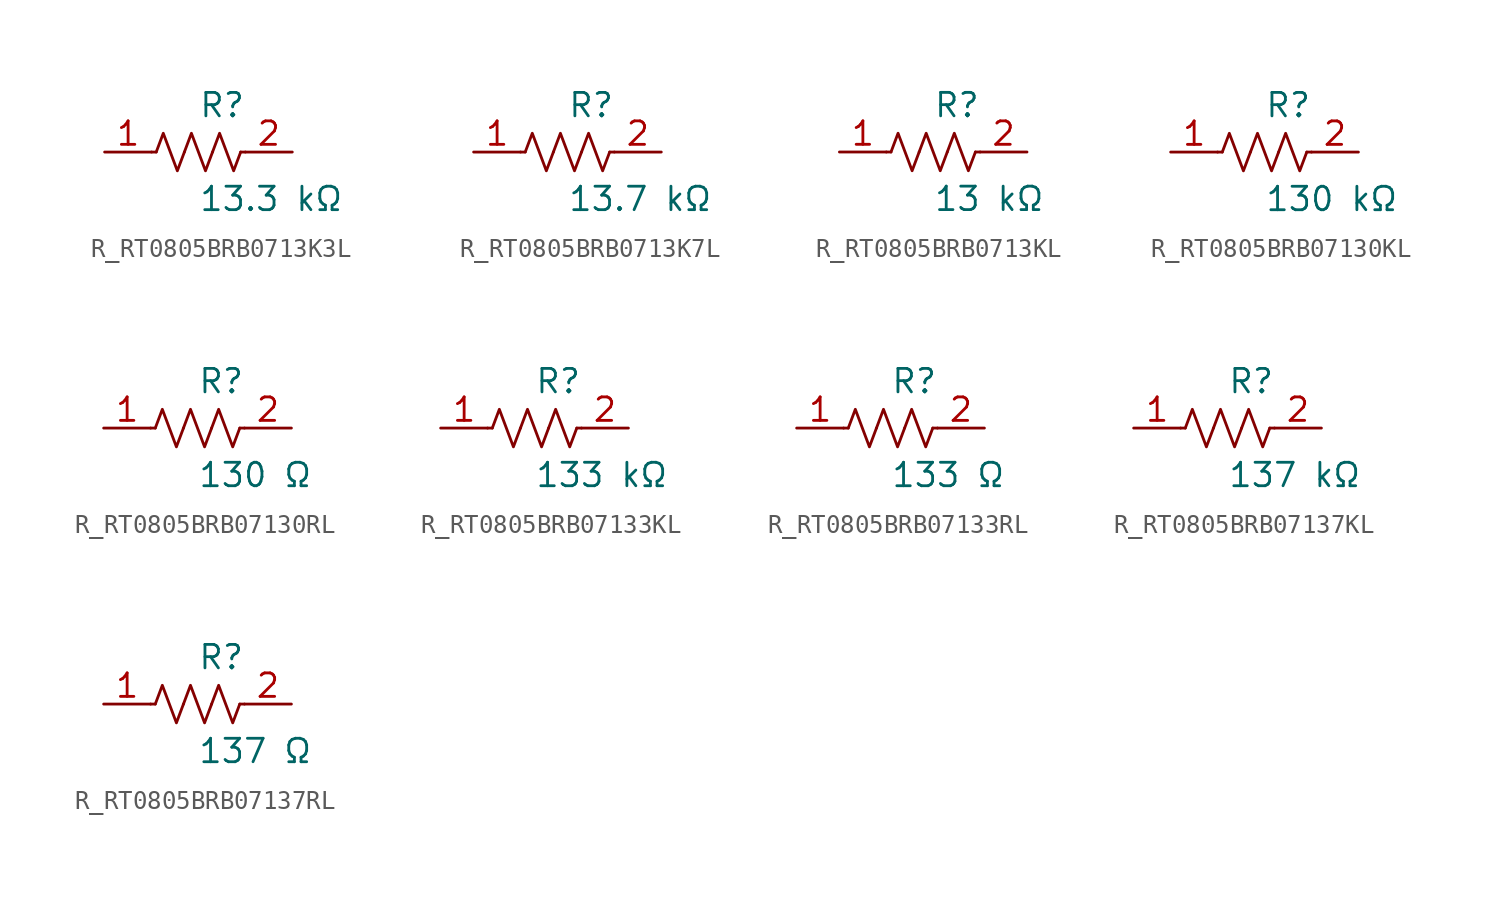
<source format=kicad_sym>
(kicad_symbol_lib
  (version 20231120)
  (generator kicad_symbol_editor)
  (generator_version 8.0)
  (symbol "R_RT0805BRB0713K3L"
    (pin_names
      (offset 0.254))
    (property "Reference" "R"
      (at 0 2.54 0)
      (effects (font (size 1.27 1.27)) (justify left)))
    (property "Value" "13.3 kΩ"
      (at 0 -2.54 0)
      (effects (font (size 1.27 1.27)) (justify left)))
    (symbol "R_RT0805BRB0713K3L_0_1"
      (polyline (pts (xy 2.286 0) (xy 2.54 0)) (stroke (width 0) (type default)) (fill (type none)))
      (polyline (pts (xy -2.286 0) (xy -2.54 0)) (stroke (width 0) (type default)) (fill (type none)))
      (polyline (pts (xy 0.762 0) (xy 1.143 1.016) (xy 1.524 0) (xy 1.905 -1.016) (xy 2.286 0)) (stroke (width 0) (type default)) (fill (type none)))
      (polyline (pts (xy -0.762 0) (xy -0.381 1.016) (xy 0 0) (xy 0.381 -1.016) (xy 0.762 0)) (stroke (width 0) (type default)) (fill (type none)))
      (polyline (pts (xy -2.286 0) (xy -1.905 1.016) (xy -1.524 0) (xy -1.143 -1.016) (xy -0.762 0)) (stroke (width 0) (type default)) (fill (type none))))
    (pin unspecified line
      (at -5.08 0 0)
      (length 2.54)
      (name "" (effects (font (size 1.27 1.27))))
      (number "1" (effects (font (size 1.27 1.27)))))
    (pin unspecified line
      (at 5.08 0 180)
      (length 2.54)
      (name "" (effects (font (size 1.27 1.27))))
      (number "2" (effects (font (size 1.27 1.27))))))
  (symbol "R_RT0805BRB0713K7L"
    (pin_names
      (offset 0.254))
    (property "Reference" "R"
      (at 0 2.54 0)
      (effects (font (size 1.27 1.27)) (justify left)))
    (property "Value" "13.7 kΩ"
      (at 0 -2.54 0)
      (effects (font (size 1.27 1.27)) (justify left)))
    (symbol "R_RT0805BRB0713K7L_0_1"
      (polyline (pts (xy 2.286 0) (xy 2.54 0)) (stroke (width 0) (type default)) (fill (type none)))
      (polyline (pts (xy -2.286 0) (xy -2.54 0)) (stroke (width 0) (type default)) (fill (type none)))
      (polyline (pts (xy 0.762 0) (xy 1.143 1.016) (xy 1.524 0) (xy 1.905 -1.016) (xy 2.286 0)) (stroke (width 0) (type default)) (fill (type none)))
      (polyline (pts (xy -0.762 0) (xy -0.381 1.016) (xy 0 0) (xy 0.381 -1.016) (xy 0.762 0)) (stroke (width 0) (type default)) (fill (type none)))
      (polyline (pts (xy -2.286 0) (xy -1.905 1.016) (xy -1.524 0) (xy -1.143 -1.016) (xy -0.762 0)) (stroke (width 0) (type default)) (fill (type none))))
    (pin unspecified line
      (at -5.08 0 0)
      (length 2.54)
      (name "" (effects (font (size 1.27 1.27))))
      (number "1" (effects (font (size 1.27 1.27)))))
    (pin unspecified line
      (at 5.08 0 180)
      (length 2.54)
      (name "" (effects (font (size 1.27 1.27))))
      (number "2" (effects (font (size 1.27 1.27))))))
  (symbol "R_RT0805BRB0713KL"
    (pin_names
      (offset 0.254))
    (property "Reference" "R"
      (at 0 2.54 0)
      (effects (font (size 1.27 1.27)) (justify left)))
    (property "Value" "13 kΩ"
      (at 0 -2.54 0)
      (effects (font (size 1.27 1.27)) (justify left)))
    (symbol "R_RT0805BRB0713KL_0_1"
      (polyline (pts (xy 2.286 0) (xy 2.54 0)) (stroke (width 0) (type default)) (fill (type none)))
      (polyline (pts (xy -2.286 0) (xy -2.54 0)) (stroke (width 0) (type default)) (fill (type none)))
      (polyline (pts (xy 0.762 0) (xy 1.143 1.016) (xy 1.524 0) (xy 1.905 -1.016) (xy 2.286 0)) (stroke (width 0) (type default)) (fill (type none)))
      (polyline (pts (xy -0.762 0) (xy -0.381 1.016) (xy 0 0) (xy 0.381 -1.016) (xy 0.762 0)) (stroke (width 0) (type default)) (fill (type none)))
      (polyline (pts (xy -2.286 0) (xy -1.905 1.016) (xy -1.524 0) (xy -1.143 -1.016) (xy -0.762 0)) (stroke (width 0) (type default)) (fill (type none))))
    (pin unspecified line
      (at -5.08 0 0)
      (length 2.54)
      (name "" (effects (font (size 1.27 1.27))))
      (number "1" (effects (font (size 1.27 1.27)))))
    (pin unspecified line
      (at 5.08 0 180)
      (length 2.54)
      (name "" (effects (font (size 1.27 1.27))))
      (number "2" (effects (font (size 1.27 1.27))))))
  (symbol "R_RT0805BRB07130KL"
    (pin_names
      (offset 0.254))
    (property "Reference" "R"
      (at 0 2.54 0)
      (effects (font (size 1.27 1.27)) (justify left)))
    (property "Value" "130 kΩ"
      (at 0 -2.54 0)
      (effects (font (size 1.27 1.27)) (justify left)))
    (symbol "R_RT0805BRB07130KL_0_1"
      (polyline (pts (xy 2.286 0) (xy 2.54 0)) (stroke (width 0) (type default)) (fill (type none)))
      (polyline (pts (xy -2.286 0) (xy -2.54 0)) (stroke (width 0) (type default)) (fill (type none)))
      (polyline (pts (xy 0.762 0) (xy 1.143 1.016) (xy 1.524 0) (xy 1.905 -1.016) (xy 2.286 0)) (stroke (width 0) (type default)) (fill (type none)))
      (polyline (pts (xy -0.762 0) (xy -0.381 1.016) (xy 0 0) (xy 0.381 -1.016) (xy 0.762 0)) (stroke (width 0) (type default)) (fill (type none)))
      (polyline (pts (xy -2.286 0) (xy -1.905 1.016) (xy -1.524 0) (xy -1.143 -1.016) (xy -0.762 0)) (stroke (width 0) (type default)) (fill (type none))))
    (pin unspecified line
      (at -5.08 0 0)
      (length 2.54)
      (name "" (effects (font (size 1.27 1.27))))
      (number "1" (effects (font (size 1.27 1.27)))))
    (pin unspecified line
      (at 5.08 0 180)
      (length 2.54)
      (name "" (effects (font (size 1.27 1.27))))
      (number "2" (effects (font (size 1.27 1.27))))))
  (symbol "R_RT0805BRB07130RL"
    (pin_names
      (offset 0.254))
    (property "Reference" "R"
      (at 0 2.54 0)
      (effects (font (size 1.27 1.27)) (justify left)))
    (property "Value" "130 Ω"
      (at 0 -2.54 0)
      (effects (font (size 1.27 1.27)) (justify left)))
    (symbol "R_RT0805BRB07130RL_0_1"
      (polyline (pts (xy 2.286 0) (xy 2.54 0)) (stroke (width 0) (type default)) (fill (type none)))
      (polyline (pts (xy -2.286 0) (xy -2.54 0)) (stroke (width 0) (type default)) (fill (type none)))
      (polyline (pts (xy 0.762 0) (xy 1.143 1.016) (xy 1.524 0) (xy 1.905 -1.016) (xy 2.286 0)) (stroke (width 0) (type default)) (fill (type none)))
      (polyline (pts (xy -0.762 0) (xy -0.381 1.016) (xy 0 0) (xy 0.381 -1.016) (xy 0.762 0)) (stroke (width 0) (type default)) (fill (type none)))
      (polyline (pts (xy -2.286 0) (xy -1.905 1.016) (xy -1.524 0) (xy -1.143 -1.016) (xy -0.762 0)) (stroke (width 0) (type default)) (fill (type none))))
    (pin unspecified line
      (at -5.08 0 0)
      (length 2.54)
      (name "" (effects (font (size 1.27 1.27))))
      (number "1" (effects (font (size 1.27 1.27)))))
    (pin unspecified line
      (at 5.08 0 180)
      (length 2.54)
      (name "" (effects (font (size 1.27 1.27))))
      (number "2" (effects (font (size 1.27 1.27))))))
  (symbol "R_RT0805BRB07133KL"
    (pin_names
      (offset 0.254))
    (property "Reference" "R"
      (at 0 2.54 0)
      (effects (font (size 1.27 1.27)) (justify left)))
    (property "Value" "133 kΩ"
      (at 0 -2.54 0)
      (effects (font (size 1.27 1.27)) (justify left)))
    (symbol "R_RT0805BRB07133KL_0_1"
      (polyline (pts (xy 2.286 0) (xy 2.54 0)) (stroke (width 0) (type default)) (fill (type none)))
      (polyline (pts (xy -2.286 0) (xy -2.54 0)) (stroke (width 0) (type default)) (fill (type none)))
      (polyline (pts (xy 0.762 0) (xy 1.143 1.016) (xy 1.524 0) (xy 1.905 -1.016) (xy 2.286 0)) (stroke (width 0) (type default)) (fill (type none)))
      (polyline (pts (xy -0.762 0) (xy -0.381 1.016) (xy 0 0) (xy 0.381 -1.016) (xy 0.762 0)) (stroke (width 0) (type default)) (fill (type none)))
      (polyline (pts (xy -2.286 0) (xy -1.905 1.016) (xy -1.524 0) (xy -1.143 -1.016) (xy -0.762 0)) (stroke (width 0) (type default)) (fill (type none))))
    (pin unspecified line
      (at -5.08 0 0)
      (length 2.54)
      (name "" (effects (font (size 1.27 1.27))))
      (number "1" (effects (font (size 1.27 1.27)))))
    (pin unspecified line
      (at 5.08 0 180)
      (length 2.54)
      (name "" (effects (font (size 1.27 1.27))))
      (number "2" (effects (font (size 1.27 1.27))))))
  (symbol "R_RT0805BRB07133RL"
    (pin_names
      (offset 0.254))
    (property "Reference" "R"
      (at 0 2.54 0)
      (effects (font (size 1.27 1.27)) (justify left)))
    (property "Value" "133 Ω"
      (at 0 -2.54 0)
      (effects (font (size 1.27 1.27)) (justify left)))
    (symbol "R_RT0805BRB07133RL_0_1"
      (polyline (pts (xy 2.286 0) (xy 2.54 0)) (stroke (width 0) (type default)) (fill (type none)))
      (polyline (pts (xy -2.286 0) (xy -2.54 0)) (stroke (width 0) (type default)) (fill (type none)))
      (polyline (pts (xy 0.762 0) (xy 1.143 1.016) (xy 1.524 0) (xy 1.905 -1.016) (xy 2.286 0)) (stroke (width 0) (type default)) (fill (type none)))
      (polyline (pts (xy -0.762 0) (xy -0.381 1.016) (xy 0 0) (xy 0.381 -1.016) (xy 0.762 0)) (stroke (width 0) (type default)) (fill (type none)))
      (polyline (pts (xy -2.286 0) (xy -1.905 1.016) (xy -1.524 0) (xy -1.143 -1.016) (xy -0.762 0)) (stroke (width 0) (type default)) (fill (type none))))
    (pin unspecified line
      (at -5.08 0 0)
      (length 2.54)
      (name "" (effects (font (size 1.27 1.27))))
      (number "1" (effects (font (size 1.27 1.27)))))
    (pin unspecified line
      (at 5.08 0 180)
      (length 2.54)
      (name "" (effects (font (size 1.27 1.27))))
      (number "2" (effects (font (size 1.27 1.27))))))
  (symbol "R_RT0805BRB07137KL"
    (pin_names
      (offset 0.254))
    (property "Reference" "R"
      (at 0 2.54 0)
      (effects (font (size 1.27 1.27)) (justify left)))
    (property "Value" "137 kΩ"
      (at 0 -2.54 0)
      (effects (font (size 1.27 1.27)) (justify left)))
    (symbol "R_RT0805BRB07137KL_0_1"
      (polyline (pts (xy 2.286 0) (xy 2.54 0)) (stroke (width 0) (type default)) (fill (type none)))
      (polyline (pts (xy -2.286 0) (xy -2.54 0)) (stroke (width 0) (type default)) (fill (type none)))
      (polyline (pts (xy 0.762 0) (xy 1.143 1.016) (xy 1.524 0) (xy 1.905 -1.016) (xy 2.286 0)) (stroke (width 0) (type default)) (fill (type none)))
      (polyline (pts (xy -0.762 0) (xy -0.381 1.016) (xy 0 0) (xy 0.381 -1.016) (xy 0.762 0)) (stroke (width 0) (type default)) (fill (type none)))
      (polyline (pts (xy -2.286 0) (xy -1.905 1.016) (xy -1.524 0) (xy -1.143 -1.016) (xy -0.762 0)) (stroke (width 0) (type default)) (fill (type none))))
    (pin unspecified line
      (at -5.08 0 0)
      (length 2.54)
      (name "" (effects (font (size 1.27 1.27))))
      (number "1" (effects (font (size 1.27 1.27)))))
    (pin unspecified line
      (at 5.08 0 180)
      (length 2.54)
      (name "" (effects (font (size 1.27 1.27))))
      (number "2" (effects (font (size 1.27 1.27))))))
  (symbol "R_RT0805BRB07137RL"
    (pin_names
      (offset 0.254))
    (property "Reference" "R"
      (at 0 2.54 0)
      (effects (font (size 1.27 1.27)) (justify left)))
    (property "Value" "137 Ω"
      (at 0 -2.54 0)
      (effects (font (size 1.27 1.27)) (justify left)))
    (symbol "R_RT0805BRB07137RL_0_1"
      (polyline (pts (xy 2.286 0) (xy 2.54 0)) (stroke (width 0) (type default)) (fill (type none)))
      (polyline (pts (xy -2.286 0) (xy -2.54 0)) (stroke (width 0) (type default)) (fill (type none)))
      (polyline (pts (xy 0.762 0) (xy 1.143 1.016) (xy 1.524 0) (xy 1.905 -1.016) (xy 2.286 0)) (stroke (width 0) (type default)) (fill (type none)))
      (polyline (pts (xy -0.762 0) (xy -0.381 1.016) (xy 0 0) (xy 0.381 -1.016) (xy 0.762 0)) (stroke (width 0) (type default)) (fill (type none)))
      (polyline (pts (xy -2.286 0) (xy -1.905 1.016) (xy -1.524 0) (xy -1.143 -1.016) (xy -0.762 0)) (stroke (width 0) (type default)) (fill (type none))))
    (pin unspecified line
      (at -5.08 0 0)
      (length 2.54)
      (name "" (effects (font (size 1.27 1.27))))
      (number "1" (effects (font (size 1.27 1.27)))))
    (pin unspecified line
      (at 5.08 0 180)
      (length 2.54)
      (name "" (effects (font (size 1.27 1.27))))
      (number "2" (effects (font (size 1.27 1.27)))))))
</source>
